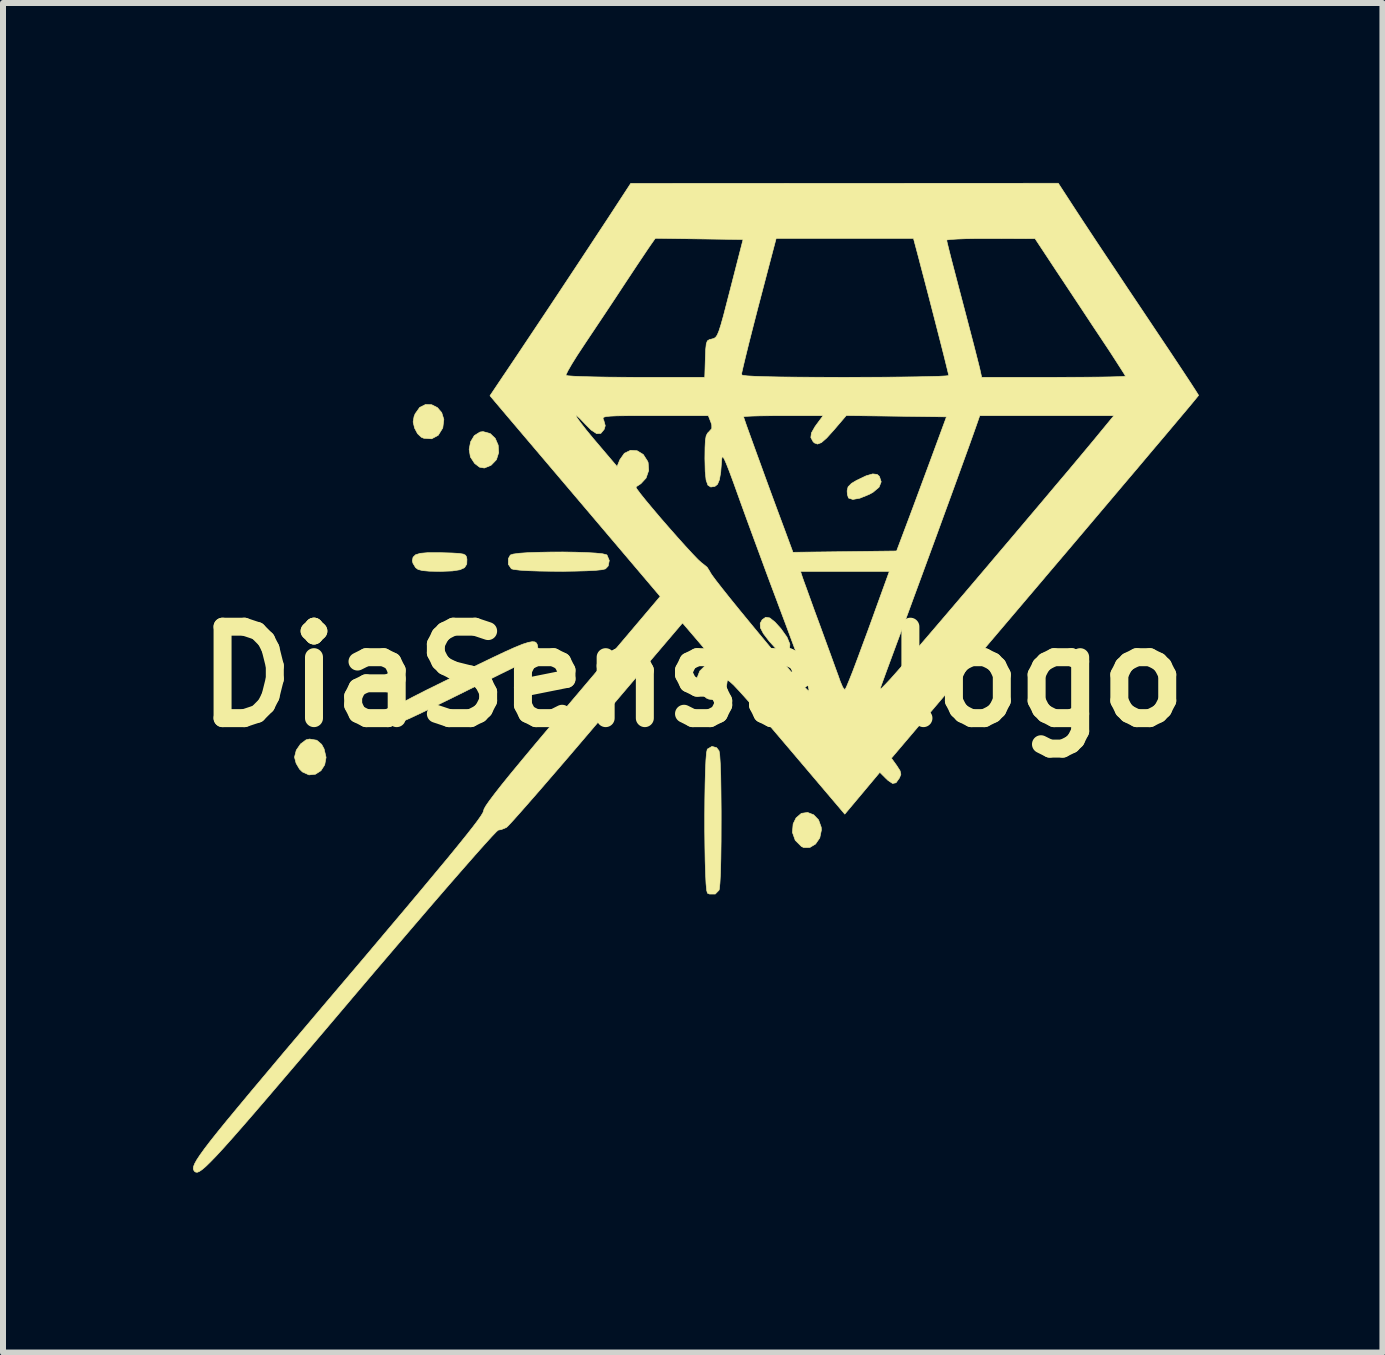
<source format=kicad_pcb>
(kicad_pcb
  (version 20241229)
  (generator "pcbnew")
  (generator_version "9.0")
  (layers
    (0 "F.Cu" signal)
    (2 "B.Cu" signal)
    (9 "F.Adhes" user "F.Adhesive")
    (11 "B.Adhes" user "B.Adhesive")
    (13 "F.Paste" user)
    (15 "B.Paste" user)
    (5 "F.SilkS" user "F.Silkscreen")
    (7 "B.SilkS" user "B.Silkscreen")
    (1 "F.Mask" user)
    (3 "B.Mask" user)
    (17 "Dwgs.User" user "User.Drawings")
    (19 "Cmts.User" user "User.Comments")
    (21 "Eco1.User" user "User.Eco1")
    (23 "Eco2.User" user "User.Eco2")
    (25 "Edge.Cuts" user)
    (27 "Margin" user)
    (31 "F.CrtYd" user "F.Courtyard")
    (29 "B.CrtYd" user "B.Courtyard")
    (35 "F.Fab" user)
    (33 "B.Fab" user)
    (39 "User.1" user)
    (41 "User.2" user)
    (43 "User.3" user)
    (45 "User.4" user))
  (footprint "DiaSense_logo"
    (layer "F.Cu")
    (at 8.498 8.232)
    (property "Reference" "DiaSense_logo" (at 0 0 0) (layer "F.SilkS") (effects (font (size 1.524 1.524) (thickness 0.3))))
    (attr through_hole)
    (fp_poly (pts (xy 2.016 2.301) (xy 2.098 2.386) (xy 2.142 2.508) (xy 2.145 2.556) (xy 2.118 2.686) (xy 2.048 2.788) (xy 1.952 2.846) (xy 1.85 2.847) (xy 1.812 2.829) (xy 1.709 2.726) (xy 1.662 2.594) (xy 1.674 2.452) (xy 1.722 2.354) (xy 1.811 2.277) (xy 1.915 2.262) (xy 2.016 2.301)) (stroke (width 0.01) (type solid)) (fill yes) (layer "F.SilkS"))
    (fp_poly (pts (xy -3.377 -4.055) (xy -3.292 -3.974) (xy -3.243 -3.861) (xy -3.235 -3.736) (xy -3.272 -3.619) (xy -3.358 -3.529) (xy -3.374 -3.52) (xy -3.474 -3.48) (xy -3.554 -3.494) (xy -3.636 -3.557) (xy -3.706 -3.664) (xy -3.727 -3.792) (xy -3.703 -3.917) (xy -3.641 -4.021) (xy -3.546 -4.08) (xy -3.495 -4.087) (xy -3.377 -4.055)) (stroke (width 0.01) (type solid)) (fill yes) (layer "F.SilkS"))
    (fp_poly (pts (xy -6.267 1.058) (xy -6.186 1.127) (xy -6.145 1.203) (xy -6.112 1.344) (xy -6.135 1.468) (xy -6.198 1.566) (xy -6.29 1.625) (xy -6.397 1.636) (xy -6.506 1.587) (xy -6.555 1.539) (xy -6.612 1.442) (xy -6.638 1.342) (xy -6.638 1.338) (xy -6.609 1.224) (xy -6.537 1.12) (xy -6.445 1.051) (xy -6.388 1.038) (xy -6.267 1.058)) (stroke (width 0.01) (type solid)) (fill yes) (layer "F.SilkS"))
    (fp_poly (pts (xy -4.351 -4.535) (xy -4.256 -4.487) (xy -4.184 -4.403) (xy -4.149 -4.289) (xy -4.166 -4.154) (xy -4.168 -4.146) (xy -4.243 -4.025) (xy -4.352 -3.967) (xy -4.483 -3.976) (xy -4.524 -3.993) (xy -4.587 -4.052) (xy -4.637 -4.146) (xy -4.661 -4.248) (xy -4.645 -4.34) (xy -4.627 -4.384) (xy -4.551 -4.491) (xy -4.454 -4.539) (xy -4.351 -4.535)) (stroke (width 0.01) (type solid)) (fill yes) (layer "F.SilkS"))
    (fp_poly (pts (xy 1.285 -0.981) (xy 1.372 -0.911) (xy 1.469 -0.804) (xy 1.572 -0.66) (xy 1.62 -0.544) (xy 1.614 -0.46) (xy 1.551 -0.413) (xy 1.524 -0.408) (xy 1.459 -0.419) (xy 1.382 -0.475) (xy 1.28 -0.587) (xy 1.278 -0.589) (xy 1.178 -0.72) (xy 1.128 -0.817) (xy 1.125 -0.892) (xy 1.158 -0.951) (xy 1.217 -0.992) (xy 1.285 -0.981)) (stroke (width 0.01) (type solid)) (fill yes) (layer "F.SilkS"))
    (fp_poly (pts (xy 3.075 -3.373) (xy 3.112 -3.34) (xy 3.142 -3.25) (xy 3.106 -3.16) (xy 3.005 -3.075) (xy 2.941 -3.04) (xy 2.786 -2.977) (xy 2.669 -2.956) (xy 2.599 -2.979) (xy 2.596 -2.982) (xy 2.578 -3.039) (xy 2.574 -3.1) (xy 2.59 -3.166) (xy 2.647 -3.224) (xy 2.735 -3.276) (xy 2.891 -3.35) (xy 3.001 -3.382) (xy 3.075 -3.373)) (stroke (width 0.01) (type solid)) (fill yes) (layer "F.SilkS"))
    (fp_poly (pts (xy -4.178 -2.068) (xy -4.008 -2.063) (xy -3.894 -2.056) (xy -3.824 -2.045) (xy -3.787 -2.026) (xy -3.771 -1.997) (xy -3.764 -1.959) (xy -3.767 -1.878) (xy -3.803 -1.82) (xy -3.88 -1.784) (xy -4.007 -1.764) (xy -4.193 -1.757) (xy -4.22 -1.757) (xy -4.391 -1.76) (xy -4.505 -1.77) (xy -4.578 -1.789) (xy -4.62 -1.819) (xy -4.62 -1.82) (xy -4.664 -1.893) (xy -4.674 -1.935) (xy -4.662 -1.993) (xy -4.62 -2.034) (xy -4.541 -2.058) (xy -4.413 -2.069) (xy -4.23 -2.069) (xy -4.178 -2.068)) (stroke (width 0.01) (type solid)) (fill yes) (layer "F.SilkS"))
    (fp_poly (pts (xy -1.961 -2.077) (xy -1.776 -2.071) (xy -1.618 -2.062) (xy -1.501 -2.05) (xy -1.437 -2.034) (xy -1.429 -2.029) (xy -1.391 -1.938) (xy -1.409 -1.847) (xy -1.454 -1.799) (xy -1.51 -1.785) (xy -1.62 -1.774) (xy -1.773 -1.766) (xy -1.956 -1.761) (xy -2.156 -1.758) (xy -2.361 -1.759) (xy -2.559 -1.762) (xy -2.737 -1.768) (xy -2.882 -1.777) (xy -2.982 -1.789) (xy -3.023 -1.8) (xy -3.074 -1.875) (xy -3.073 -1.97) (xy -3.041 -2.029) (xy -2.994 -2.045) (xy -2.891 -2.059) (xy -2.745 -2.069) (xy -2.566 -2.075) (xy -2.368 -2.079) (xy -2.163 -2.08) (xy -1.961 -2.077)) (stroke (width 0.01) (type solid)) (fill yes) (layer "F.SilkS"))
    (fp_poly (pts (xy 0.398 1.182) (xy 0.439 1.235) (xy 0.45 1.301) (xy 0.459 1.44) (xy 0.467 1.646) (xy 0.471 1.914) (xy 0.474 2.236) (xy 0.474 2.396) (xy 0.473 2.742) (xy 0.469 3.034) (xy 0.463 3.269) (xy 0.454 3.439) (xy 0.444 3.537) (xy 0.439 3.557) (xy 0.376 3.622) (xy 0.28 3.622) (xy 0.246 3.608) (xy 0.233 3.563) (xy 0.222 3.451) (xy 0.214 3.283) (xy 0.207 3.072) (xy 0.203 2.829) (xy 0.2 2.567) (xy 0.2 2.298) (xy 0.202 2.033) (xy 0.206 1.786) (xy 0.212 1.567) (xy 0.22 1.39) (xy 0.23 1.266) (xy 0.243 1.208) (xy 0.244 1.206) (xy 0.321 1.161) (xy 0.398 1.182)) (stroke (width 0.01) (type solid)) (fill yes) (layer "F.SilkS"))
    (fp_poly (pts (xy -2.631 -0.581) (xy -2.604 -0.562) (xy -2.589 -0.529) (xy -2.582 -0.485) (xy -2.58 -0.468) (xy -2.582 -0.392) (xy -2.618 -0.341) (xy -2.699 -0.295) (xy -2.76 -0.265) (xy -2.876 -0.209) (xy -3.037 -0.129) (xy -3.236 -0.031) (xy -3.465 0.082) (xy -3.715 0.205) (xy -3.912 0.303) (xy -4.22 0.454) (xy -4.472 0.577) (xy -4.673 0.672) (xy -4.831 0.743) (xy -4.949 0.791) (xy -5.035 0.82) (xy -5.095 0.832) (xy -5.134 0.829) (xy -5.158 0.813) (xy -5.159 0.812) (xy -5.181 0.736) (xy -5.159 0.644) (xy -5.122 0.591) (xy -5.076 0.559) (xy -4.976 0.502) (xy -4.831 0.424) (xy -4.651 0.33) (xy -4.445 0.225) (xy -4.25 0.129) (xy -3.888 -0.05) (xy -3.582 -0.2) (xy -3.329 -0.322) (xy -3.124 -0.419) (xy -2.961 -0.492) (xy -2.835 -0.543) (xy -2.741 -0.573) (xy -2.675 -0.585) (xy -2.631 -0.581)) (stroke (width 0.01) (type solid)) (fill yes) (layer "F.SilkS"))
    (fp_poly (pts (xy 6.334 -7.858) (xy 6.411 -7.74) (xy 6.5 -7.604) (xy 6.605 -7.445) (xy 6.729 -7.257) (xy 6.876 -7.036) (xy 7.05 -6.776) (xy 7.252 -6.472) (xy 7.488 -6.12) (xy 7.76 -5.713) (xy 7.957 -5.419) (xy 8.093 -5.214) (xy 8.214 -5.031) (xy 8.314 -4.879) (xy 8.387 -4.766) (xy 8.427 -4.702) (xy 8.433 -4.691) (xy 8.409 -4.661) (xy 8.341 -4.578) (xy 8.231 -4.446) (xy 8.082 -4.269) (xy 7.898 -4.05) (xy 7.681 -3.794) (xy 7.436 -3.503) (xy 7.163 -3.181) (xy 6.868 -2.832) (xy 6.553 -2.46) (xy 6.221 -2.068) (xy 5.875 -1.661) (xy 5.873 -1.658) (xy 3.312 1.357) (xy 3.402 1.482) (xy 3.457 1.568) (xy 3.47 1.626) (xy 3.447 1.685) (xy 3.444 1.69) (xy 3.389 1.767) (xy 3.332 1.779) (xy 3.257 1.729) (xy 3.223 1.697) (xy 3.119 1.593) (xy 2.827 1.942) (xy 2.535 2.29) (xy 1.555 1.135) (xy 1.298 0.833) (xy 1.084 0.585) (xy 0.912 0.389) (xy 0.779 0.241) (xy 0.682 0.138) (xy 0.617 0.079) (xy 0.583 0.058) (xy 0.576 0.067) (xy 0.556 0.207) (xy 0.488 0.304) (xy 0.433 0.344) (xy 0.346 0.383) (xy 0.267 0.372) (xy 0.232 0.357) (xy 0.126 0.271) (xy 0.072 0.154) (xy 0.07 0.026) (xy 0.117 -0.095) (xy 0.213 -0.19) (xy 0.268 -0.218) (xy 0.373 -0.26) (xy 0.102 -0.579) (xy -0.17 -0.897) (xy -1.601 0.785) (xy -1.86 1.089) (xy -2.106 1.377) (xy -2.336 1.644) (xy -2.544 1.885) (xy -2.726 2.093) (xy -2.878 2.266) (xy -2.994 2.396) (xy -3.072 2.48) (xy -3.105 2.512) (xy -3.189 2.547) (xy -3.241 2.556) (xy -3.274 2.584) (xy -3.352 2.666) (xy -3.473 2.799) (xy -3.634 2.98) (xy -3.833 3.207) (xy -4.068 3.476) (xy -4.335 3.785) (xy -4.632 4.131) (xy -4.957 4.511) (xy -5.308 4.922) (xy -5.681 5.361) (xy -5.723 5.411) (xy -6.124 5.884) (xy -6.48 6.303) (xy -6.794 6.671) (xy -7.068 6.992) (xy -7.305 7.268) (xy -7.509 7.503) (xy -7.682 7.7) (xy -7.826 7.861) (xy -7.945 7.99) (xy -8.042 8.09) (xy -8.118 8.164) (xy -8.178 8.215) (xy -8.223 8.246) (xy -8.257 8.26) (xy -8.282 8.259) (xy -8.301 8.249) (xy -8.309 8.24) (xy -8.321 8.22) (xy -8.326 8.194) (xy -8.32 8.16) (xy -8.301 8.113) (xy -8.267 8.052) (xy -8.214 7.972) (xy -8.14 7.869) (xy -8.043 7.742) (xy -7.919 7.586) (xy -7.767 7.399) (xy -7.583 7.177) (xy -7.366 6.916) (xy -7.112 6.614) (xy -6.82 6.266) (xy -6.485 5.871) (xy -6.107 5.424) (xy -5.91 5.192) (xy -5.498 4.707) (xy -5.133 4.274) (xy -4.811 3.893) (xy -4.531 3.559) (xy -4.29 3.27) (xy -4.085 3.024) (xy -3.915 2.816) (xy -3.777 2.645) (xy -3.669 2.508) (xy -3.588 2.401) (xy -3.533 2.323) (xy -3.5 2.27) (xy -3.488 2.24) (xy -3.488 2.238) (xy -3.478 2.204) (xy -3.446 2.148) (xy -3.389 2.066) (xy -3.304 1.953) (xy -3.189 1.806) (xy -3.04 1.622) (xy -2.854 1.397) (xy -2.629 1.127) (xy -2.361 0.809) (xy -2.048 0.439) (xy -2.015 0.4) (xy -0.542 -1.339) (xy -1.961 -3.012) (xy -3.1 -4.354) (xy -1.947 -4.354) (xy -1.924 -4.311) (xy -1.865 -4.23) (xy -1.774 -4.113) (xy -1.652 -3.965) (xy -1.611 -3.917) (xy -1.261 -3.505) (xy -1.215 -3.618) (xy -1.139 -3.726) (xy -1.037 -3.775) (xy -0.927 -3.768) (xy -0.825 -3.706) (xy -0.751 -3.591) (xy -0.743 -3.569) (xy -0.734 -3.439) (xy -0.778 -3.312) (xy -0.864 -3.219) (xy -0.923 -3.18) (xy -0.947 -3.164) (xy -0.932 -3.132) (xy -0.875 -3.055) (xy -0.785 -2.943) (xy -0.67 -2.805) (xy -0.539 -2.65) (xy -0.398 -2.488) (xy -0.257 -2.328) (xy -0.124 -2.18) (xy -0.007 -2.053) (xy 0.086 -1.956) (xy 0.147 -1.9) (xy 0.16 -1.891) (xy 0.24 -1.826) (xy 0.288 -1.75) (xy 0.29 -1.743) (xy 0.318 -1.699) (xy 0.386 -1.607) (xy 0.488 -1.476) (xy 0.617 -1.314) (xy 0.767 -1.129) (xy 0.931 -0.929) (xy 1.102 -0.722) (xy 1.273 -0.516) (xy 1.438 -0.32) (xy 1.591 -0.141) (xy 1.723 0.012) (xy 1.83 0.133) (xy 1.903 0.211) (xy 1.936 0.24) (xy 1.937 0.24) (xy 1.936 0.206) (xy 1.912 0.116) (xy 1.869 -0.013) (xy 1.849 -0.07) (xy 1.802 -0.196) (xy 1.734 -0.38) (xy 1.649 -0.608) (xy 1.554 -0.864) (xy 1.453 -1.133) (xy 1.399 -1.278) (xy 1.282 -1.59) (xy 1.22 -1.757) (xy 1.797 -1.757) (xy 1.826 -1.667) (xy 1.848 -1.604) (xy 1.893 -1.481) (xy 1.955 -1.309) (xy 2.03 -1.101) (xy 2.115 -0.871) (xy 2.134 -0.819) (xy 2.221 -0.58) (xy 2.303 -0.356) (xy 2.373 -0.162) (xy 2.428 -0.012) (xy 2.461 0.082) (xy 2.465 0.091) (xy 2.502 0.177) (xy 2.534 0.214) (xy 2.541 0.211) (xy 2.547 0.2) (xy 3.123 0.2) (xy 3.128 0.206) (xy 3.158 0.182) (xy 3.215 0.124) (xy 3.302 0.031) (xy 3.419 -0.101) (xy 3.571 -0.274) (xy 3.758 -0.49) (xy 3.983 -0.752) (xy 4.248 -1.062) (xy 4.556 -1.423) (xy 4.908 -1.837) (xy 5.06 -2.017) (xy 5.315 -2.317) (xy 5.567 -2.615) (xy 5.809 -2.901) (xy 6.035 -3.17) (xy 6.24 -3.412) (xy 6.416 -3.622) (xy 6.557 -3.791) (xy 6.658 -3.912) (xy 6.669 -3.925) (xy 7.021 -4.353) (xy 4.785 -4.353) (xy 4.733 -4.203) (xy 4.687 -4.073) (xy 4.618 -3.879) (xy 4.529 -3.633) (xy 4.425 -3.346) (xy 4.309 -3.027) (xy 4.185 -2.688) (xy 4.058 -2.339) (xy 3.93 -1.991) (xy 3.806 -1.653) (xy 3.69 -1.338) (xy 3.586 -1.054) (xy 3.506 -0.839) (xy 3.408 -0.576) (xy 3.319 -0.335) (xy 3.242 -0.127) (xy 3.182 0.038) (xy 3.141 0.151) (xy 3.123 0.2) (xy 2.547 0.2) (xy 2.565 0.163) (xy 2.608 0.059) (xy 2.664 -0.081) (xy 2.694 -0.16) (xy 2.753 -0.317) (xy 2.83 -0.526) (xy 2.918 -0.763) (xy 3.007 -1.008) (xy 3.05 -1.128) (xy 3.278 -1.757) (xy 1.797 -1.757) (xy 1.22 -1.757) (xy 1.154 -1.937) (xy 1.023 -2.292) (xy 0.899 -2.63) (xy 0.792 -2.925) (xy 0.776 -2.97) (xy 0.683 -3.229) (xy 0.612 -3.421) (xy 0.56 -3.553) (xy 0.525 -3.632) (xy 0.502 -3.665) (xy 0.489 -3.66) (xy 0.483 -3.622) (xy 0.482 -3.609) (xy 0.467 -3.413) (xy 0.445 -3.284) (xy 0.413 -3.208) (xy 0.37 -3.174) (xy 0.301 -3.163) (xy 0.253 -3.194) (xy 0.223 -3.279) (xy 0.208 -3.424) (xy 0.203 -3.637) (xy 0.205 -3.82) (xy 0.211 -3.941) (xy 0.224 -4.016) (xy 0.247 -4.061) (xy 0.272 -4.086) (xy 0.318 -4.138) (xy 0.317 -4.2) (xy 0.301 -4.248) (xy 0.267 -4.335) (xy 0.847 -4.335) (xy 0.86 -4.295) (xy 0.896 -4.19) (xy 0.953 -4.032) (xy 1.026 -3.83) (xy 1.112 -3.594) (xy 1.207 -3.332) (xy 1.308 -3.056) (xy 1.412 -2.774) (xy 1.515 -2.497) (xy 1.527 -2.465) (xy 1.671 -2.075) (xy 2.535 -2.086) (xy 3.399 -2.097) (xy 3.549 -2.496) (xy 3.613 -2.666) (xy 3.696 -2.888) (xy 3.79 -3.142) (xy 3.888 -3.406) (xy 3.965 -3.614) (xy 4.23 -4.333) (xy 2.56 -4.355) (xy 2.354 -4.114) (xy 2.234 -3.981) (xy 2.146 -3.904) (xy 2.08 -3.879) (xy 2.027 -3.899) (xy 2.005 -3.922) (xy 1.969 -3.989) (xy 1.979 -4.065) (xy 2.038 -4.169) (xy 2.069 -4.212) (xy 2.174 -4.353) (xy 1.511 -4.353) (xy 1.307 -4.352) (xy 1.128 -4.35) (xy 0.986 -4.346) (xy 0.888 -4.341) (xy 0.847 -4.336) (xy 0.847 -4.335) (xy 0.267 -4.335) (xy 0.26 -4.353) (xy -0.632 -4.353) (xy -0.901 -4.353) (xy -1.109 -4.352) (xy -1.263 -4.35) (xy -1.372 -4.345) (xy -1.442 -4.338) (xy -1.48 -4.328) (xy -1.495 -4.313) (xy -1.492 -4.293) (xy -1.482 -4.273) (xy -1.458 -4.185) (xy -1.477 -4.123) (xy -1.532 -4.057) (xy -1.602 -4.053) (xy -1.693 -4.113) (xy -1.777 -4.197) (xy -1.876 -4.301) (xy -1.932 -4.352) (xy -1.947 -4.354) (xy -3.1 -4.354) (xy -3.38 -4.685) (xy -3.152 -5.025) (xy -2.113 -5.025) (xy -2.076 -5.017) (xy -1.98 -5.01) (xy -1.831 -5.004) (xy -1.639 -4.999) (xy -1.411 -4.995) (xy -1.155 -4.993) (xy -0.948 -4.992) (xy 0.2 -4.992) (xy 0.202 -5.036) (xy 0.813 -5.036) (xy 0.836 -5.025) (xy 0.908 -5.016) (xy 1.031 -5.009) (xy 1.208 -5.003) (xy 1.442 -4.998) (xy 1.735 -4.995) (xy 2.091 -4.993) (xy 2.511 -4.992) (xy 2.54 -4.992) (xy 2.875 -4.993) (xy 3.188 -4.994) (xy 3.474 -4.997) (xy 3.726 -5) (xy 3.937 -5.005) (xy 4.101 -5.009) (xy 4.212 -5.015) (xy 4.264 -5.02) (xy 4.267 -5.022) (xy 4.258 -5.067) (xy 4.231 -5.178) (xy 4.19 -5.344) (xy 4.137 -5.553) (xy 4.075 -5.795) (xy 4.007 -6.06) (xy 3.936 -6.335) (xy 3.864 -6.611) (xy 3.794 -6.877) (xy 3.773 -6.959) (xy 3.688 -7.278) (xy 4.233 -7.278) (xy 4.243 -7.234) (xy 4.27 -7.123) (xy 4.312 -6.957) (xy 4.367 -6.747) (xy 4.431 -6.502) (xy 4.492 -6.27) (xy 4.564 -5.996) (xy 4.631 -5.739) (xy 4.69 -5.513) (xy 4.737 -5.328) (xy 4.77 -5.198) (xy 4.784 -5.142) (xy 4.817 -4.992) (xy 6.015 -4.992) (xy 6.293 -4.993) (xy 6.547 -4.994) (xy 6.772 -4.996) (xy 6.958 -4.999) (xy 7.099 -5.003) (xy 7.186 -5.007) (xy 7.214 -5.011) (xy 7.194 -5.047) (xy 7.138 -5.135) (xy 7.054 -5.266) (xy 6.948 -5.43) (xy 6.825 -5.615) (xy 6.822 -5.62) (xy 6.662 -5.86) (xy 6.484 -6.13) (xy 6.303 -6.403) (xy 6.138 -6.652) (xy 6.068 -6.757) (xy 5.707 -7.304) (xy 4.97 -7.306) (xy 4.755 -7.306) (xy 4.564 -7.303) (xy 4.409 -7.297) (xy 4.297 -7.29) (xy 4.239 -7.282) (xy 4.233 -7.278) (xy 3.688 -7.278) (xy 3.68 -7.308) (xy 1.391 -7.308) (xy 1.257 -6.799) (xy 1.166 -6.452) (xy 1.08 -6.124) (xy 1.003 -5.824) (xy 0.936 -5.56) (xy 0.882 -5.341) (xy 0.842 -5.174) (xy 0.818 -5.069) (xy 0.813 -5.036) (xy 0.202 -5.036) (xy 0.21 -5.301) (xy 0.216 -5.457) (xy 0.226 -5.55) (xy 0.244 -5.599) (xy 0.278 -5.621) (xy 0.32 -5.631) (xy 0.353 -5.64) (xy 0.381 -5.658) (xy 0.408 -5.696) (xy 0.436 -5.762) (xy 0.47 -5.868) (xy 0.513 -6.021) (xy 0.568 -6.234) (xy 0.629 -6.47) (xy 0.839 -7.289) (xy -0.623 -7.31) (xy -0.701 -7.199) (xy -0.747 -7.132) (xy -0.826 -7.014) (xy -0.93 -6.859) (xy -1.049 -6.679) (xy -1.143 -6.537) (xy -1.293 -6.309) (xy -1.459 -6.059) (xy -1.624 -5.812) (xy -1.771 -5.592) (xy -1.818 -5.521) (xy -1.927 -5.356) (xy -2.016 -5.213) (xy -2.08 -5.102) (xy -2.111 -5.037) (xy -2.113 -5.025) (xy -3.152 -5.025) (xy -3.138 -5.045) (xy -2.924 -5.364) (xy -2.691 -5.713) (xy -2.448 -6.077) (xy -2.205 -6.443) (xy -1.97 -6.798) (xy -1.752 -7.128) (xy -1.56 -7.42) (xy -1.43 -7.617) (xy -1.033 -8.225) (xy 2.53 -8.226) (xy 6.094 -8.227) (xy 6.334 -7.858)) (stroke (width 0.01) (type solid)) (fill yes) (layer "F.SilkS")))
  (gr_rect
    (start -3 -3)
    (end 19.996 19.497)
    (stroke (width 0.1) (type default))
    (fill no)
    (layer "Edge.Cuts")))
</source>
